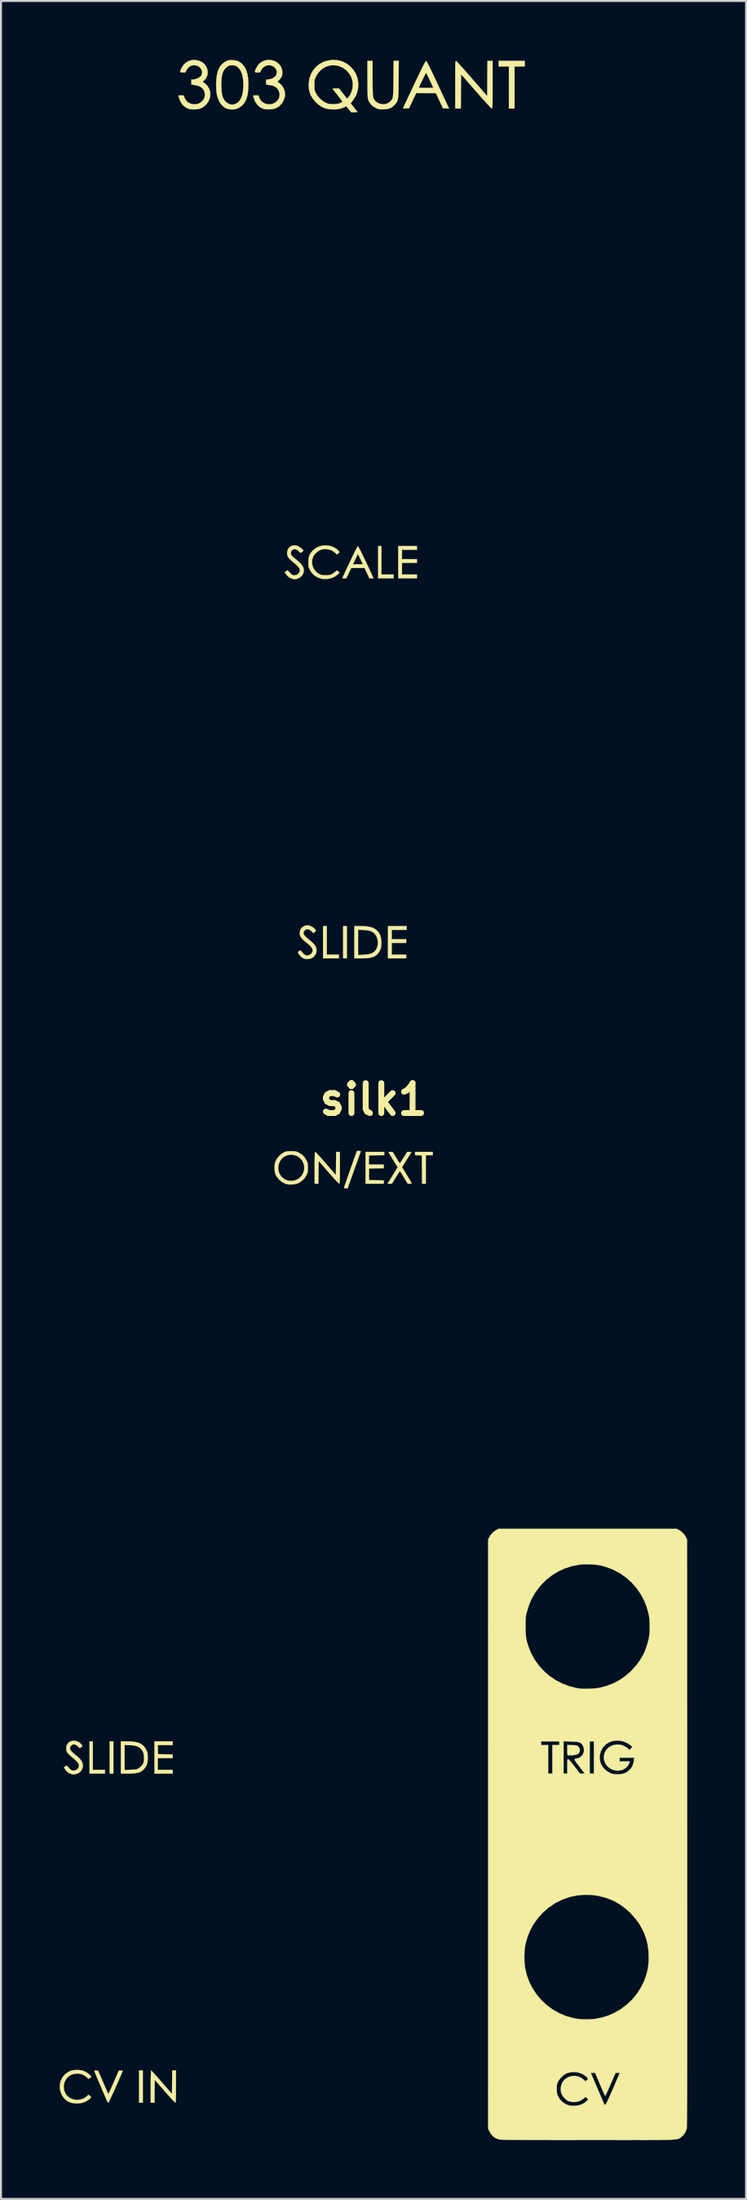
<source format=kicad_pcb>
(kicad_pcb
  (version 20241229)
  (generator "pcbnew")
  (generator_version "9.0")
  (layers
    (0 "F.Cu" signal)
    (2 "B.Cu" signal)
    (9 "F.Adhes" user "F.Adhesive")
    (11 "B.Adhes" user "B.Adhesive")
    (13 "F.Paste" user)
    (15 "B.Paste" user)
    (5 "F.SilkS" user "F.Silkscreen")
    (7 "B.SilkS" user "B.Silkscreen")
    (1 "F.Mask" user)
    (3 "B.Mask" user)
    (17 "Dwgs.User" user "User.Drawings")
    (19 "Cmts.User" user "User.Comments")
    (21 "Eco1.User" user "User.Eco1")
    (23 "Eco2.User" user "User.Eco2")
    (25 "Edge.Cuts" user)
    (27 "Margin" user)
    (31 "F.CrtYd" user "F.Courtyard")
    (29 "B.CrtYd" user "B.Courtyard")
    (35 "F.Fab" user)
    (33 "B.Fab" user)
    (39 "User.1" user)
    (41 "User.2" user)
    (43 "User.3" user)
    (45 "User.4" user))
  (footprint "silk1"
    (layer "F.Cu")
    (at 16.025 53.048)
    (property "Reference" "silk1" (at 0 0 0) (layer "F.SilkS") (effects (font (size 1.524 1.524) (thickness 0.3))))
    (attr through_hole)
    (fp_poly (pts (xy -13.284 34.391) (xy -13.475 34.391) (xy -13.475 32.746) (xy -13.284 32.746) (xy -13.284 34.391)) (stroke (width 0.01) (type solid)) (fill yes) (layer "F.SilkS"))
    (fp_poly (pts (xy -11.782 51.182) (xy -11.973 51.182) (xy -11.973 49.536) (xy -11.782 49.536) (xy -11.782 51.182)) (stroke (width 0.01) (type solid)) (fill yes) (layer "F.SilkS"))
    (fp_poly (pts (xy -1.359 -7.203) (xy -1.55 -7.203) (xy -1.55 -8.848) (xy -1.359 -8.848) (xy -1.359 -7.203)) (stroke (width 0.01) (type solid)) (fill yes) (layer "F.SilkS"))
    (fp_poly (pts (xy -14.334 34.201) (xy -13.714 34.201) (xy -13.714 34.391) (xy -14.501 34.391) (xy -14.501 32.746) (xy -14.334 32.746) (xy -14.334 34.201)) (stroke (width 0.01) (type solid)) (fill yes) (layer "F.SilkS"))
    (fp_poly (pts (xy -2.385 -7.393) (xy -1.765 -7.393) (xy -1.765 -7.203) (xy -2.576 -7.203) (xy -2.576 -8.848) (xy -2.385 -8.848) (xy -2.385 -7.393)) (stroke (width 0.01) (type solid)) (fill yes) (layer "F.SilkS"))
    (fp_poly (pts (xy 0.405 -26.783) (xy 1.026 -26.783) (xy 1.026 -26.592) (xy 0.238 -26.592) (xy 0.238 -28.238) (xy 0.405 -28.238) (xy 0.405 -26.783)) (stroke (width 0.01) (type solid)) (fill yes) (layer "F.SilkS"))
    (fp_poly (pts (xy 7.727 -52.708) (xy 7.203 -52.708) (xy 7.203 -50.562) (xy 6.916 -50.562) (xy 6.916 -52.708) (xy 6.392 -52.708) (xy 6.392 -52.994) (xy 7.727 -52.994) (xy 7.727 -52.708)) (stroke (width 0.01) (type solid)) (fill yes) (layer "F.SilkS"))
    (fp_poly (pts (xy 3.029 2.838) (xy 2.671 2.838) (xy 2.671 4.293) (xy 2.481 4.293) (xy 2.475 3.572) (xy 2.468 2.85) (xy 2.296 2.843) (xy 2.123 2.836) (xy 2.123 2.671) (xy 3.029 2.671) (xy 3.029 2.838)) (stroke (width 0.01) (type solid)) (fill yes) (layer "F.SilkS"))
    (fp_poly (pts (xy 1.693 -8.657) (xy 0.93 -8.657) (xy 0.93 -8.18) (xy 1.669 -8.18) (xy 1.669 -7.99) (xy 0.93 -7.99) (xy 0.93 -7.393) (xy 1.669 -7.393) (xy 1.669 -7.203) (xy 0.739 -7.203) (xy 0.739 -8.848) (xy 1.693 -8.848) (xy 1.693 -8.657)) (stroke (width 0.01) (type solid)) (fill yes) (layer "F.SilkS"))
    (fp_poly (pts (xy 2.218 -28.047) (xy 1.455 -28.047) (xy 1.455 -27.57) (xy 2.218 -27.57) (xy 2.218 -27.38) (xy 1.455 -27.38) (xy 1.455 -26.783) (xy 2.218 -26.783) (xy 2.218 -26.592) (xy 1.264 -26.592) (xy 1.264 -28.238) (xy 2.218 -28.238) (xy 2.218 -28.047)) (stroke (width 0.01) (type solid)) (fill yes) (layer "F.SilkS"))
    (fp_poly (pts (xy -10.255 32.937) (xy -11.02 32.937) (xy -11.007 33.402) (xy -10.631 33.408) (xy -10.255 33.415) (xy -10.255 33.604) (xy -11.019 33.604) (xy -11.019 34.201) (xy -10.255 34.201) (xy -10.255 34.391) (xy -11.186 34.391) (xy -11.186 32.746) (xy -10.255 32.746) (xy -10.255 32.937)) (stroke (width 0.01) (type solid)) (fill yes) (layer "F.SilkS"))
    (fp_poly (pts (xy 0.549 2.837) (xy 0.161 2.843) (xy -0.227 2.85) (xy -0.233 3.083) (xy -0.24 3.315) (xy 0.525 3.315) (xy 0.525 3.505) (xy 0.149 3.511) (xy -0.227 3.518) (xy -0.227 4.114) (xy 0.525 4.127) (xy 0.525 4.293) (xy -0.405 4.293) (xy -0.405 2.671) (xy 0.549 2.671) (xy 0.549 2.837)) (stroke (width 0.01) (type solid)) (fill yes) (layer "F.SilkS"))
    (fp_poly (pts (xy 10.15 32.94) (xy 10.263 32.944) (xy 10.338 32.95) (xy 10.388 32.96) (xy 10.422 32.977) (xy 10.452 33.004) (xy 10.472 33.026) (xy 10.524 33.102) (xy 10.541 33.183) (xy 10.542 33.198) (xy 10.523 33.298) (xy 10.467 33.372) (xy 10.372 33.421) (xy 10.306 33.437) (xy 10.211 33.451) (xy 10.112 33.459) (xy 10.021 33.461) (xy 9.95 33.456) (xy 9.914 33.446) (xy 9.914 33.445) (xy 9.907 33.416) (xy 9.902 33.35) (xy 9.898 33.258) (xy 9.898 33.181) (xy 9.898 32.932) (xy 10.15 32.94)) (stroke (width 0.01) (type solid)) (fill yes) (layer "F.SilkS"))
    (fp_poly (pts (xy -0.675 2.628) (xy -0.649 2.643) (xy -0.65 2.653) (xy -0.66 2.682) (xy -0.685 2.75) (xy -0.722 2.853) (xy -0.77 2.987) (xy -0.827 3.146) (xy -0.892 3.325) (xy -0.962 3.52) (xy -0.993 3.607) (xy -1.324 4.531) (xy -1.413 4.531) (xy -1.477 4.524) (xy -1.503 4.504) (xy -1.503 4.502) (xy -1.495 4.473) (xy -1.473 4.405) (xy -1.438 4.302) (xy -1.392 4.168) (xy -1.337 4.009) (xy -1.274 3.83) (xy -1.205 3.635) (xy -1.175 3.548) (xy -0.847 2.624) (xy -0.743 2.624) (xy -0.675 2.628)) (stroke (width 0.01) (type solid)) (fill yes) (layer "F.SilkS"))
    (fp_poly (pts (xy -10.088 50.359) (xy -10.089 50.584) (xy -10.09 50.766) (xy -10.092 50.909) (xy -10.094 51.017) (xy -10.098 51.094) (xy -10.104 51.144) (xy -10.111 51.172) (xy -10.119 51.181) (xy -10.121 51.182) (xy -10.144 51.164) (xy -10.194 51.115) (xy -10.267 51.038) (xy -10.359 50.937) (xy -10.467 50.818) (xy -10.586 50.683) (xy -10.663 50.596) (xy -11.174 50.01) (xy -11.186 51.182) (xy -11.376 51.182) (xy -11.376 50.359) (xy -11.376 50.163) (xy -11.374 49.985) (xy -11.371 49.83) (xy -11.368 49.702) (xy -11.364 49.607) (xy -11.359 49.55) (xy -11.355 49.536) (xy -11.335 49.553) (xy -11.288 49.603) (xy -11.217 49.68) (xy -11.126 49.78) (xy -11.02 49.9) (xy -10.901 50.036) (xy -10.813 50.137) (xy -10.291 50.738) (xy -10.278 49.536) (xy -10.088 49.536) (xy -10.088 50.359)) (stroke (width 0.01) (type solid)) (fill yes) (layer "F.SilkS"))
    (fp_poly (pts (xy -1.717 3.482) (xy -1.717 3.703) (xy -1.718 3.88) (xy -1.72 4.019) (xy -1.722 4.124) (xy -1.726 4.199) (xy -1.731 4.249) (xy -1.738 4.278) (xy -1.746 4.291) (xy -1.753 4.293) (xy -1.776 4.276) (xy -1.827 4.226) (xy -1.901 4.149) (xy -1.994 4.049) (xy -2.102 3.93) (xy -2.222 3.795) (xy -2.295 3.712) (xy -2.802 3.13) (xy -2.815 4.293) (xy -3.005 4.293) (xy -3.005 3.482) (xy -3.005 3.254) (xy -3.004 3.071) (xy -3.001 2.927) (xy -2.998 2.819) (xy -2.994 2.744) (xy -2.988 2.697) (xy -2.98 2.675) (xy -2.975 2.672) (xy -2.953 2.69) (xy -2.904 2.739) (xy -2.831 2.817) (xy -2.739 2.918) (xy -2.632 3.038) (xy -2.513 3.173) (xy -2.433 3.266) (xy -1.92 3.858) (xy -1.907 2.671) (xy -1.717 2.671) (xy -1.717 3.482)) (stroke (width 0.01) (type solid)) (fill yes) (layer "F.SilkS"))
    (fp_poly (pts (xy -0.698 -8.848) (xy -0.469 -8.842) (xy -0.281 -8.825) (xy -0.126 -8.793) (xy 0.002 -8.746) (xy 0.109 -8.682) (xy 0.184 -8.616) (xy 0.278 -8.506) (xy 0.342 -8.389) (xy 0.382 -8.252) (xy 0.4 -8.084) (xy 0.401 -8.058) (xy 0.4 -7.88) (xy 0.378 -7.735) (xy 0.333 -7.609) (xy 0.261 -7.491) (xy 0.183 -7.399) (xy 0.092 -7.327) (xy -0.017 -7.274) (xy -0.151 -7.237) (xy -0.316 -7.214) (xy -0.518 -7.204) (xy -0.626 -7.203) (xy -0.978 -7.203) (xy -0.978 -7.37) (xy -0.787 -7.37) (xy -0.733 -7.371) (xy -0.688 -7.373) (xy -0.607 -7.378) (xy -0.505 -7.386) (xy -0.429 -7.391) (xy -0.266 -7.41) (xy -0.14 -7.438) (xy -0.041 -7.482) (xy 0.042 -7.543) (xy 0.076 -7.576) (xy 0.158 -7.695) (xy 0.208 -7.839) (xy 0.226 -7.997) (xy 0.209 -8.158) (xy 0.157 -8.309) (xy 0.086 -8.427) (xy -0.000322 -8.516) (xy -0.11 -8.579) (xy -0.249 -8.622) (xy -0.424 -8.646) (xy -0.519 -8.652) (xy -0.787 -8.664) (xy -0.787 -7.37) (xy -0.978 -7.37) (xy -0.978 -8.848) (xy -0.698 -8.848)) (stroke (width 0.01) (type solid)) (fill yes) (layer "F.SilkS"))
    (fp_poly (pts (xy 6.082 -51.776) (xy 6.082 -51.504) (xy 6.081 -51.276) (xy 6.081 -51.088) (xy 6.08 -50.936) (xy 6.078 -50.816) (xy 6.076 -50.725) (xy 6.072 -50.659) (xy 6.068 -50.614) (xy 6.062 -50.586) (xy 6.055 -50.571) (xy 6.047 -50.565) (xy 6.037 -50.566) (xy 6.035 -50.566) (xy 6.011 -50.585) (xy 5.958 -50.637) (xy 5.881 -50.718) (xy 5.781 -50.825) (xy 5.664 -50.955) (xy 5.53 -51.103) (xy 5.385 -51.268) (xy 5.231 -51.443) (xy 4.472 -52.313) (xy 4.466 -51.437) (xy 4.459 -50.562) (xy 4.174 -50.562) (xy 4.174 -51.78) (xy 4.174 -52.052) (xy 4.174 -52.281) (xy 4.175 -52.47) (xy 4.176 -52.622) (xy 4.178 -52.742) (xy 4.181 -52.833) (xy 4.184 -52.899) (xy 4.189 -52.944) (xy 4.194 -52.972) (xy 4.201 -52.986) (xy 4.21 -52.99) (xy 4.215 -52.99) (xy 4.238 -52.971) (xy 4.289 -52.919) (xy 4.365 -52.838) (xy 4.463 -52.731) (xy 4.579 -52.602) (xy 4.71 -52.455) (xy 4.854 -52.292) (xy 5.007 -52.117) (xy 5.031 -52.089) (xy 5.807 -51.195) (xy 5.82 -52.994) (xy 6.082 -52.994) (xy 6.082 -51.776)) (stroke (width 0.01) (type solid)) (fill yes) (layer "F.SilkS"))
    (fp_poly (pts (xy -12.814 49.546) (xy -12.814 49.569) (xy -12.817 49.576) (xy -12.847 49.654) (xy -12.891 49.761) (xy -12.947 49.891) (xy -13.01 50.038) (xy -13.08 50.197) (xy -13.153 50.361) (xy -13.227 50.524) (xy -13.299 50.682) (xy -13.366 50.828) (xy -13.426 50.956) (xy -13.476 51.061) (xy -13.514 51.136) (xy -13.537 51.176) (xy -13.542 51.182) (xy -13.571 51.162) (xy -13.602 51.113) (xy -13.606 51.104) (xy -13.623 51.064) (xy -13.656 50.986) (xy -13.703 50.875) (xy -13.762 50.738) (xy -13.829 50.581) (xy -13.903 50.41) (xy -13.95 50.3) (xy -14.025 50.125) (xy -14.093 49.965) (xy -14.153 49.823) (xy -14.202 49.706) (xy -14.237 49.618) (xy -14.258 49.566) (xy -14.262 49.553) (xy -14.241 49.542) (xy -14.188 49.539) (xy -14.164 49.541) (xy -14.065 49.548) (xy -13.81 50.138) (xy -13.742 50.294) (xy -13.68 50.436) (xy -13.627 50.557) (xy -13.585 50.652) (xy -13.556 50.715) (xy -13.544 50.739) (xy -13.544 50.739) (xy -13.532 50.722) (xy -13.503 50.665) (xy -13.461 50.576) (xy -13.408 50.459) (xy -13.346 50.321) (xy -13.277 50.166) (xy -13.27 50.149) (xy -13.009 49.548) (xy -12.905 49.54) (xy -12.841 49.538) (xy -12.814 49.546)) (stroke (width 0.01) (type solid)) (fill yes) (layer "F.SilkS"))
    (fp_poly (pts (xy -12.622 32.746) (xy -12.377 32.753) (xy -12.173 32.777) (xy -12.004 32.819) (xy -11.866 32.881) (xy -11.754 32.967) (xy -11.662 33.077) (xy -11.594 33.199) (xy -11.565 33.266) (xy -11.546 33.327) (xy -11.536 33.398) (xy -11.532 33.493) (xy -11.531 33.58) (xy -11.533 33.7) (xy -11.539 33.786) (xy -11.551 33.854) (xy -11.573 33.917) (xy -11.594 33.964) (xy -11.644 34.054) (xy -11.703 34.139) (xy -11.739 34.18) (xy -11.82 34.25) (xy -11.91 34.304) (xy -12.015 34.343) (xy -12.143 34.369) (xy -12.302 34.385) (xy -12.499 34.391) (xy -12.572 34.391) (xy -12.903 34.391) (xy -12.903 34.206) (xy -12.712 34.206) (xy -12.405 34.197) (xy -12.277 34.192) (xy -12.185 34.186) (xy -12.12 34.177) (xy -12.07 34.163) (xy -12.024 34.141) (xy -11.982 34.116) (xy -11.873 34.026) (xy -11.794 33.928) (xy -11.759 33.867) (xy -11.738 33.814) (xy -11.727 33.753) (xy -11.723 33.67) (xy -11.722 33.594) (xy -11.729 33.445) (xy -11.752 33.329) (xy -11.795 33.234) (xy -11.864 33.145) (xy -11.886 33.122) (xy -11.97 33.052) (xy -12.064 33.001) (xy -12.179 32.968) (xy -12.325 32.948) (xy -12.444 32.941) (xy -12.712 32.931) (xy -12.712 34.206) (xy -12.903 34.206) (xy -12.903 32.746) (xy -12.622 32.746)) (stroke (width 0.01) (type solid)) (fill yes) (layer "F.SilkS"))
    (fp_poly (pts (xy -0.776 -28.211) (xy -0.743 -28.151) (xy -0.696 -28.06) (xy -0.637 -27.943) (xy -0.568 -27.805) (xy -0.494 -27.652) (xy -0.416 -27.49) (xy -0.337 -27.325) (xy -0.26 -27.162) (xy -0.187 -27.007) (xy -0.122 -26.866) (xy -0.068 -26.744) (xy -0.035 -26.67) (xy -0.002 -26.592) (xy -0.208 -26.592) (xy -0.331 -26.855) (xy -0.454 -27.117) (xy -1.136 -27.117) (xy -1.263 -26.855) (xy -1.39 -26.592) (xy -1.495 -26.592) (xy -1.559 -26.595) (xy -1.584 -26.605) (xy -1.582 -26.628) (xy -1.579 -26.634) (xy -1.564 -26.665) (xy -1.532 -26.734) (xy -1.484 -26.835) (xy -1.423 -26.964) (xy -1.352 -27.116) (xy -1.272 -27.285) (xy -1.261 -27.308) (xy -1.047 -27.308) (xy -0.798 -27.308) (xy -0.695 -27.309) (xy -0.613 -27.311) (xy -0.561 -27.314) (xy -0.549 -27.317) (xy -0.558 -27.343) (xy -0.584 -27.4) (xy -0.621 -27.478) (xy -0.664 -27.567) (xy -0.708 -27.655) (xy -0.748 -27.735) (xy -0.78 -27.795) (xy -0.798 -27.826) (xy -0.8 -27.827) (xy -0.813 -27.804) (xy -0.841 -27.746) (xy -0.881 -27.662) (xy -0.928 -27.564) (xy -1.047 -27.308) (xy -1.261 -27.308) (xy -1.191 -27.458) (xy -1.083 -27.684) (xy -0.991 -27.874) (xy -0.916 -28.024) (xy -0.857 -28.135) (xy -0.816 -28.205) (xy -0.794 -28.232) (xy -0.791 -28.233) (xy -0.776 -28.211)) (stroke (width 0.01) (type solid)) (fill yes) (layer "F.SilkS"))
    (fp_poly (pts (xy -14.915 49.53) (xy -14.855 49.544) (xy -14.735 49.593) (xy -14.613 49.664) (xy -14.507 49.746) (xy -14.456 49.801) (xy -14.408 49.863) (xy -14.479 49.916) (xy -14.551 49.969) (xy -14.648 49.881) (xy -14.788 49.778) (xy -14.938 49.717) (xy -15.109 49.695) (xy -15.133 49.695) (xy -15.316 49.716) (xy -15.477 49.778) (xy -15.613 49.874) (xy -15.718 50.001) (xy -15.789 50.156) (xy -15.82 50.332) (xy -15.821 50.372) (xy -15.801 50.548) (xy -15.739 50.704) (xy -15.642 50.835) (xy -15.514 50.938) (xy -15.358 51.006) (xy -15.18 51.037) (xy -15.133 51.038) (xy -14.949 51.019) (xy -14.79 50.961) (xy -14.66 50.87) (xy -14.554 50.777) (xy -14.491 50.826) (xy -14.449 50.866) (xy -14.429 50.898) (xy -14.429 50.899) (xy -14.449 50.939) (xy -14.502 50.992) (xy -14.578 51.05) (xy -14.667 51.106) (xy -14.73 51.139) (xy -14.887 51.192) (xy -15.065 51.219) (xy -15.245 51.22) (xy -15.402 51.194) (xy -15.51 51.16) (xy -15.592 51.123) (xy -15.671 51.072) (xy -15.721 51.035) (xy -15.836 50.916) (xy -15.927 50.766) (xy -15.99 50.594) (xy -16.02 50.412) (xy -16.019 50.279) (xy -15.978 50.081) (xy -15.895 49.905) (xy -15.773 49.754) (xy -15.613 49.631) (xy -15.568 49.606) (xy -15.488 49.566) (xy -15.417 49.541) (xy -15.34 49.526) (xy -15.237 49.518) (xy -15.202 49.516) (xy -15.042 49.516) (xy -14.915 49.53)) (stroke (width 0.01) (type solid)) (fill yes) (layer "F.SilkS"))
    (fp_poly (pts (xy -0.048 -52.137) (xy -0.047 -51.892) (xy -0.045 -51.675) (xy -0.041 -51.49) (xy -0.036 -51.341) (xy -0.03 -51.231) (xy -0.023 -51.164) (xy -0.022 -51.158) (xy 0.027 -51.025) (xy 0.112 -50.92) (xy 0.238 -50.838) (xy 0.249 -50.833) (xy 0.403 -50.784) (xy 0.556 -50.778) (xy 0.699 -50.815) (xy 0.826 -50.893) (xy 0.857 -50.921) (xy 0.894 -50.959) (xy 0.925 -50.995) (xy 0.951 -51.034) (xy 0.97 -51.08) (xy 0.986 -51.138) (xy 0.997 -51.213) (xy 1.005 -51.311) (xy 1.011 -51.435) (xy 1.015 -51.591) (xy 1.018 -51.784) (xy 1.02 -52.019) (xy 1.02 -52.082) (xy 1.029 -52.994) (xy 1.291 -52.994) (xy 1.282 -52.046) (xy 1.28 -51.791) (xy 1.277 -51.579) (xy 1.273 -51.404) (xy 1.267 -51.263) (xy 1.259 -51.15) (xy 1.247 -51.06) (xy 1.231 -50.988) (xy 1.211 -50.93) (xy 1.184 -50.88) (xy 1.152 -50.835) (xy 1.112 -50.788) (xy 1.086 -50.758) (xy 0.979 -50.655) (xy 0.869 -50.585) (xy 0.742 -50.543) (xy 0.588 -50.523) (xy 0.525 -50.52) (xy 0.4 -50.519) (xy 0.308 -50.526) (xy 0.232 -50.543) (xy 0.182 -50.56) (xy 0.007 -50.652) (xy -0.131 -50.77) (xy -0.23 -50.912) (xy -0.284 -51.062) (xy -0.29 -51.114) (xy -0.296 -51.209) (xy -0.301 -51.343) (xy -0.305 -51.51) (xy -0.307 -51.707) (xy -0.309 -51.928) (xy -0.309 -52.082) (xy -0.31 -52.994) (xy -0.048 -52.994) (xy -0.048 -52.137)) (stroke (width 0.01) (type solid)) (fill yes) (layer "F.SilkS"))
    (fp_poly (pts (xy 1.147 2.951) (xy 1.211 3.055) (xy 1.266 3.144) (xy 1.309 3.211) (xy 1.332 3.247) (xy 1.335 3.25) (xy 1.353 3.238) (xy 1.39 3.191) (xy 1.442 3.116) (xy 1.505 3.021) (xy 1.536 2.97) (xy 1.722 2.671) (xy 1.827 2.671) (xy 1.89 2.673) (xy 1.927 2.679) (xy 1.932 2.683) (xy 1.92 2.707) (xy 1.889 2.76) (xy 1.852 2.82) (xy 1.807 2.891) (xy 1.745 2.99) (xy 1.676 3.102) (xy 1.615 3.2) (xy 1.458 3.454) (xy 1.698 3.844) (xy 1.773 3.967) (xy 1.84 4.077) (xy 1.895 4.168) (xy 1.932 4.232) (xy 1.949 4.263) (xy 1.949 4.263) (xy 1.941 4.283) (xy 1.892 4.292) (xy 1.854 4.293) (xy 1.748 4.293) (xy 1.552 3.971) (xy 1.485 3.862) (xy 1.427 3.768) (xy 1.382 3.697) (xy 1.354 3.656) (xy 1.348 3.649) (xy 1.333 3.668) (xy 1.298 3.721) (xy 1.247 3.801) (xy 1.184 3.901) (xy 1.141 3.971) (xy 0.942 4.292) (xy 0.828 4.293) (xy 0.715 4.293) (xy 0.809 4.144) (xy 0.859 4.064) (xy 0.925 3.957) (xy 0.999 3.839) (xy 1.069 3.725) (xy 1.235 3.455) (xy 0.999 3.073) (xy 0.925 2.953) (xy 0.861 2.847) (xy 0.81 2.762) (xy 0.776 2.705) (xy 0.763 2.681) (xy 0.763 2.681) (xy 0.785 2.675) (xy 0.838 2.672) (xy 0.869 2.671) (xy 0.975 2.671) (xy 1.147 2.951)) (stroke (width 0.01) (type solid)) (fill yes) (layer "F.SilkS"))
    (fp_poly (pts (xy -2.228 -28.25) (xy -2.047 -28.188) (xy -1.884 -28.088) (xy -1.827 -28.04) (xy -1.777 -27.988) (xy -1.746 -27.946) (xy -1.741 -27.933) (xy -1.758 -27.902) (xy -1.8 -27.861) (xy -1.805 -27.857) (xy -1.869 -27.807) (xy -1.954 -27.89) (xy -2.089 -27.994) (xy -2.243 -28.057) (xy -2.42 -28.081) (xy -2.457 -28.081) (xy -2.567 -28.077) (xy -2.65 -28.062) (xy -2.728 -28.032) (xy -2.756 -28.018) (xy -2.867 -27.945) (xy -2.971 -27.85) (xy -3.053 -27.746) (xy -3.09 -27.679) (xy -3.135 -27.511) (xy -3.137 -27.341) (xy -3.098 -27.178) (xy -3.019 -27.029) (xy -2.904 -26.901) (xy -2.79 -26.822) (xy -2.722 -26.785) (xy -2.663 -26.763) (xy -2.598 -26.752) (xy -2.511 -26.748) (xy -2.445 -26.748) (xy -2.314 -26.752) (xy -2.214 -26.768) (xy -2.126 -26.803) (xy -2.035 -26.862) (xy -1.963 -26.918) (xy -1.864 -26.998) (xy -1.796 -26.938) (xy -1.729 -26.878) (xy -1.843 -26.773) (xy -1.987 -26.67) (xy -2.16 -26.598) (xy -2.351 -26.56) (xy -2.551 -26.558) (xy -2.642 -26.57) (xy -2.831 -26.627) (xy -2.999 -26.724) (xy -3.142 -26.859) (xy -3.252 -27.026) (xy -3.26 -27.042) (xy -3.291 -27.111) (xy -3.311 -27.174) (xy -3.321 -27.244) (xy -3.325 -27.338) (xy -3.326 -27.415) (xy -3.32 -27.576) (xy -3.297 -27.704) (xy -3.252 -27.814) (xy -3.18 -27.919) (xy -3.111 -27.999) (xy -2.964 -28.123) (xy -2.794 -28.21) (xy -2.609 -28.261) (xy -2.418 -28.274) (xy -2.228 -28.25)) (stroke (width 0.01) (type solid)) (fill yes) (layer "F.SilkS"))
    (fp_poly (pts (xy -15.129 32.747) (xy -15.011 32.812) (xy -14.913 32.908) (xy -14.91 32.912) (xy -14.876 32.962) (xy -14.869 32.991) (xy -14.887 33.014) (xy -14.898 33.022) (xy -14.962 33.069) (xy -15.005 33.084) (xy -15.038 33.069) (xy -15.072 33.029) (xy -15.138 32.964) (xy -15.219 32.918) (xy -15.3 32.898) (xy -15.343 32.902) (xy -15.43 32.949) (xy -15.486 33.023) (xy -15.502 33.099) (xy -15.495 33.153) (xy -15.469 33.204) (xy -15.416 33.265) (xy -15.389 33.292) (xy -15.309 33.365) (xy -15.213 33.447) (xy -15.129 33.514) (xy -14.992 33.638) (xy -14.898 33.769) (xy -14.848 33.905) (xy -14.844 34.041) (xy -14.877 34.158) (xy -14.954 34.277) (xy -15.066 34.365) (xy -15.193 34.413) (xy -15.267 34.429) (xy -15.317 34.434) (xy -15.365 34.429) (xy -15.422 34.416) (xy -15.553 34.363) (xy -15.67 34.272) (xy -15.744 34.18) (xy -15.812 34.072) (xy -15.74 34.026) (xy -15.667 33.98) (xy -15.555 34.104) (xy -15.486 34.175) (xy -15.431 34.215) (xy -15.375 34.235) (xy -15.347 34.239) (xy -15.238 34.23) (xy -15.143 34.18) (xy -15.072 34.095) (xy -15.059 34.067) (xy -15.041 33.994) (xy -15.051 33.92) (xy -15.093 33.841) (xy -15.169 33.751) (xy -15.283 33.646) (xy -15.355 33.587) (xy -15.479 33.483) (xy -15.569 33.399) (xy -15.63 33.327) (xy -15.668 33.261) (xy -15.687 33.192) (xy -15.693 33.113) (xy -15.693 33.103) (xy -15.675 32.966) (xy -15.618 32.857) (xy -15.521 32.771) (xy -15.503 32.76) (xy -15.387 32.718) (xy -15.259 32.715) (xy -15.129 32.747)) (stroke (width 0.01) (type solid)) (fill yes) (layer "F.SilkS"))
    (fp_poly (pts (xy -3.909 -28.261) (xy -3.854 -28.237) (xy -3.785 -28.194) (xy -3.711 -28.14) (xy -3.645 -28.084) (xy -3.596 -28.036) (xy -3.578 -28.003) (xy -3.578 -28.002) (xy -3.596 -27.981) (xy -3.64 -27.945) (xy -3.652 -27.936) (xy -3.725 -27.885) (xy -3.815 -27.975) (xy -3.913 -28.051) (xy -4.009 -28.082) (xy -4.091 -28.071) (xy -4.173 -28.02) (xy -4.214 -27.943) (xy -4.221 -27.881) (xy -4.217 -27.832) (xy -4.201 -27.786) (xy -4.168 -27.738) (xy -4.112 -27.681) (xy -4.029 -27.61) (xy -3.914 -27.519) (xy -3.885 -27.496) (xy -3.734 -27.364) (xy -3.63 -27.236) (xy -3.571 -27.109) (xy -3.556 -26.981) (xy -3.585 -26.85) (xy -3.599 -26.816) (xy -3.675 -26.705) (xy -3.784 -26.619) (xy -3.899 -26.571) (xy -3.98 -26.552) (xy -4.044 -26.55) (xy -4.118 -26.562) (xy -4.138 -26.567) (xy -4.279 -26.622) (xy -4.395 -26.715) (xy -4.448 -26.778) (xy -4.492 -26.841) (xy -4.522 -26.887) (xy -4.531 -26.903) (xy -4.513 -26.923) (xy -4.468 -26.954) (xy -4.458 -26.959) (xy -4.385 -27.003) (xy -4.273 -26.879) (xy -4.205 -26.809) (xy -4.149 -26.768) (xy -4.094 -26.749) (xy -4.066 -26.744) (xy -3.957 -26.754) (xy -3.862 -26.804) (xy -3.791 -26.888) (xy -3.779 -26.914) (xy -3.76 -26.979) (xy -3.761 -27.041) (xy -3.787 -27.105) (xy -3.84 -27.178) (xy -3.925 -27.264) (xy -4.044 -27.369) (xy -4.101 -27.417) (xy -4.219 -27.518) (xy -4.304 -27.6) (xy -4.36 -27.672) (xy -4.394 -27.74) (xy -4.409 -27.813) (xy -4.412 -27.88) (xy -4.391 -28.017) (xy -4.333 -28.13) (xy -4.244 -28.214) (xy -4.131 -28.265) (xy -4.001 -28.277) (xy -3.909 -28.261)) (stroke (width 0.01) (type solid)) (fill yes) (layer "F.SilkS"))
    (fp_poly (pts (xy -3.266 -8.871) (xy -3.145 -8.821) (xy -3.036 -8.738) (xy -2.982 -8.68) (xy -2.945 -8.635) (xy -2.934 -8.615) (xy -2.951 -8.589) (xy -2.994 -8.551) (xy -3.003 -8.543) (xy -3.073 -8.492) (xy -3.167 -8.587) (xy -3.241 -8.65) (xy -3.312 -8.68) (xy -3.399 -8.684) (xy -3.422 -8.683) (xy -3.483 -8.657) (xy -3.537 -8.599) (xy -3.572 -8.527) (xy -3.577 -8.486) (xy -3.565 -8.433) (xy -3.526 -8.37) (xy -3.456 -8.295) (xy -3.353 -8.203) (xy -3.22 -8.097) (xy -3.073 -7.966) (xy -2.973 -7.838) (xy -2.919 -7.712) (xy -2.91 -7.631) (xy -2.915 -7.546) (xy -2.929 -7.47) (xy -2.935 -7.449) (xy -2.984 -7.364) (xy -3.058 -7.281) (xy -3.141 -7.219) (xy -3.148 -7.215) (xy -3.235 -7.185) (xy -3.343 -7.169) (xy -3.447 -7.169) (xy -3.494 -7.176) (xy -3.579 -7.205) (xy -3.651 -7.247) (xy -3.724 -7.315) (xy -3.766 -7.361) (xy -3.828 -7.435) (xy -3.856 -7.487) (xy -3.854 -7.525) (xy -3.822 -7.558) (xy -3.805 -7.57) (xy -3.753 -7.599) (xy -3.718 -7.6) (xy -3.684 -7.568) (xy -3.654 -7.524) (xy -3.585 -7.443) (xy -3.501 -7.381) (xy -3.417 -7.349) (xy -3.39 -7.346) (xy -3.293 -7.365) (xy -3.207 -7.415) (xy -3.143 -7.488) (xy -3.109 -7.572) (xy -3.11 -7.636) (xy -3.13 -7.701) (xy -3.169 -7.767) (xy -3.231 -7.838) (xy -3.323 -7.923) (xy -3.448 -8.026) (xy -3.577 -8.135) (xy -3.668 -8.23) (xy -3.728 -8.317) (xy -3.759 -8.404) (xy -3.768 -8.496) (xy -3.748 -8.626) (xy -3.693 -8.733) (xy -3.61 -8.813) (xy -3.506 -8.864) (xy -3.389 -8.884) (xy -3.266 -8.871)) (stroke (width 0.01) (type solid)) (fill yes) (layer "F.SilkS"))
    (fp_poly (pts (xy -4.092 2.637) (xy -4.007 2.644) (xy -3.939 2.658) (xy -3.873 2.682) (xy -3.837 2.698) (xy -3.666 2.801) (xy -3.531 2.934) (xy -3.429 3.097) (xy -3.391 3.176) (xy -3.368 3.242) (xy -3.356 3.311) (xy -3.352 3.399) (xy -3.351 3.482) (xy -3.353 3.597) (xy -3.36 3.682) (xy -3.376 3.751) (xy -3.404 3.821) (xy -3.415 3.844) (xy -3.51 3.998) (xy -3.638 4.134) (xy -3.788 4.24) (xy -3.835 4.264) (xy -3.965 4.307) (xy -4.117 4.332) (xy -4.272 4.337) (xy -4.413 4.322) (xy -4.482 4.303) (xy -4.667 4.211) (xy -4.827 4.081) (xy -4.954 3.918) (xy -4.988 3.859) (xy -5.027 3.748) (xy -5.05 3.609) (xy -5.054 3.51) (xy -4.867 3.51) (xy -4.843 3.675) (xy -4.78 3.826) (xy -4.681 3.958) (xy -4.548 4.063) (xy -4.503 4.088) (xy -4.353 4.138) (xy -4.188 4.152) (xy -4.025 4.13) (xy -3.923 4.094) (xy -3.778 4.002) (xy -3.665 3.881) (xy -3.585 3.74) (xy -3.542 3.586) (xy -3.536 3.426) (xy -3.568 3.267) (xy -3.642 3.118) (xy -3.697 3.046) (xy -3.831 2.925) (xy -3.982 2.849) (xy -4.149 2.817) (xy -4.196 2.816) (xy -4.381 2.837) (xy -4.537 2.897) (xy -4.666 2.995) (xy -4.769 3.133) (xy -4.791 3.173) (xy -4.85 3.341) (xy -4.867 3.51) (xy -5.054 3.51) (xy -5.055 3.457) (xy -5.044 3.308) (xy -5.014 3.179) (xy -5.009 3.166) (xy -4.933 3.02) (xy -4.821 2.883) (xy -4.687 2.766) (xy -4.587 2.706) (xy -4.518 2.673) (xy -4.457 2.652) (xy -4.391 2.641) (xy -4.304 2.636) (xy -4.209 2.635) (xy -4.092 2.637)) (stroke (width 0.01) (type solid)) (fill yes) (layer "F.SilkS"))
    (fp_poly (pts (xy 2.699 -52.973) (xy 2.721 -52.944) (xy 2.752 -52.892) (xy 2.793 -52.815) (xy 2.847 -52.709) (xy 2.914 -52.573) (xy 2.996 -52.403) (xy 3.094 -52.197) (xy 3.209 -51.952) (xy 3.294 -51.771) (xy 3.86 -50.559) (xy 3.705 -50.566) (xy 3.549 -50.573) (xy 3.184 -51.347) (xy 2.682 -51.348) (xy 2.18 -51.349) (xy 1.997 -50.961) (xy 1.814 -50.573) (xy 1.659 -50.566) (xy 1.575 -50.564) (xy 1.53 -50.568) (xy 1.515 -50.581) (xy 1.517 -50.595) (xy 1.53 -50.623) (xy 1.561 -50.69) (xy 1.608 -50.792) (xy 1.67 -50.924) (xy 1.745 -51.084) (xy 1.831 -51.266) (xy 1.926 -51.467) (xy 2.008 -51.641) (xy 2.32 -51.641) (xy 2.326 -51.629) (xy 2.358 -51.621) (xy 2.421 -51.615) (xy 2.521 -51.612) (xy 2.663 -51.611) (xy 2.681 -51.611) (xy 2.808 -51.611) (xy 2.916 -51.613) (xy 2.998 -51.615) (xy 3.045 -51.618) (xy 3.053 -51.62) (xy 3.043 -51.644) (xy 3.017 -51.703) (xy 2.978 -51.787) (xy 2.93 -51.889) (xy 2.878 -52) (xy 2.825 -52.111) (xy 2.776 -52.214) (xy 2.734 -52.3) (xy 2.704 -52.36) (xy 2.69 -52.387) (xy 2.689 -52.388) (xy 2.677 -52.37) (xy 2.648 -52.318) (xy 2.608 -52.239) (xy 2.558 -52.141) (xy 2.505 -52.032) (xy 2.451 -51.922) (xy 2.401 -51.817) (xy 2.358 -51.727) (xy 2.328 -51.659) (xy 2.32 -51.641) (xy 2.008 -51.641) (xy 2.028 -51.683) (xy 2.086 -51.807) (xy 2.213 -52.074) (xy 2.322 -52.301) (xy 2.413 -52.49) (xy 2.488 -52.644) (xy 2.55 -52.766) (xy 2.598 -52.857) (xy 2.635 -52.922) (xy 2.661 -52.962) (xy 2.679 -52.98) (xy 2.685 -52.982) (xy 2.699 -52.973)) (stroke (width 0.01) (type solid)) (fill yes) (layer "F.SilkS"))
    (fp_poly (pts (xy -8.918 -53.001) (xy -8.763 -52.931) (xy -8.636 -52.829) (xy -8.541 -52.701) (xy -8.483 -52.551) (xy -8.467 -52.411) (xy -8.487 -52.251) (xy -8.547 -52.112) (xy -8.644 -52) (xy -8.648 -51.997) (xy -8.729 -51.93) (xy -8.621 -51.854) (xy -8.501 -51.742) (xy -8.407 -51.599) (xy -8.347 -51.439) (xy -8.345 -51.43) (xy -8.331 -51.262) (xy -8.359 -51.094) (xy -8.425 -50.933) (xy -8.524 -50.788) (xy -8.651 -50.667) (xy -8.803 -50.577) (xy -8.838 -50.563) (xy -8.951 -50.534) (xy -9.087 -50.518) (xy -9.229 -50.516) (xy -9.359 -50.527) (xy -9.448 -50.549) (xy -9.616 -50.634) (xy -9.753 -50.754) (xy -9.858 -50.91) (xy -9.931 -51.102) (xy -9.935 -51.116) (xy -9.965 -51.229) (xy -9.692 -51.229) (xy -9.651 -51.114) (xy -9.579 -50.98) (xy -9.476 -50.877) (xy -9.346 -50.809) (xy -9.197 -50.777) (xy -9.034 -50.785) (xy -8.961 -50.801) (xy -8.853 -50.852) (xy -8.751 -50.937) (xy -8.669 -51.043) (xy -8.653 -51.07) (xy -8.616 -51.192) (xy -8.614 -51.327) (xy -8.648 -51.457) (xy -8.689 -51.533) (xy -8.774 -51.627) (xy -8.886 -51.695) (xy -9.031 -51.741) (xy -9.12 -51.758) (xy -9.301 -51.786) (xy -9.301 -52.034) (xy -9.169 -52.047) (xy -9.046 -52.074) (xy -8.933 -52.124) (xy -8.841 -52.189) (xy -8.789 -52.255) (xy -8.753 -52.368) (xy -8.759 -52.477) (xy -8.8 -52.578) (xy -8.871 -52.663) (xy -8.965 -52.727) (xy -9.076 -52.765) (xy -9.198 -52.772) (xy -9.316 -52.744) (xy -9.411 -52.688) (xy -9.498 -52.602) (xy -9.56 -52.504) (xy -9.579 -52.453) (xy -9.592 -52.422) (xy -9.618 -52.405) (xy -9.669 -52.399) (xy -9.733 -52.398) (xy -9.811 -52.401) (xy -9.857 -52.414) (xy -9.872 -52.445) (xy -9.86 -52.501) (xy -9.822 -52.59) (xy -9.806 -52.625) (xy -9.706 -52.785) (xy -9.577 -52.908) (xy -9.424 -52.992) (xy -9.25 -53.034) (xy -9.096 -53.036) (xy -8.918 -53.001)) (stroke (width 0.01) (type solid)) (fill yes) (layer "F.SilkS"))
    (fp_poly (pts (xy -7.055 -53.017) (xy -6.912 -52.976) (xy -6.786 -52.901) (xy -6.698 -52.824) (xy -6.59 -52.691) (xy -6.506 -52.534) (xy -6.446 -52.348) (xy -6.407 -52.127) (xy -6.39 -51.87) (xy -6.389 -51.754) (xy -6.401 -51.475) (xy -6.436 -51.236) (xy -6.496 -51.034) (xy -6.581 -50.866) (xy -6.693 -50.729) (xy -6.833 -50.622) (xy -6.898 -50.586) (xy -6.99 -50.545) (xy -7.069 -50.523) (xy -7.159 -50.516) (xy -7.212 -50.516) (xy -7.307 -50.519) (xy -7.389 -50.527) (xy -7.441 -50.536) (xy -7.597 -50.608) (xy -7.734 -50.72) (xy -7.848 -50.869) (xy -7.936 -51.051) (xy -7.996 -51.26) (xy -8.002 -51.291) (xy -8.016 -51.393) (xy -8.027 -51.525) (xy -8.034 -51.668) (xy -8.036 -51.778) (xy -8.036 -51.778) (xy -7.77 -51.778) (xy -7.768 -51.682) (xy -7.76 -51.5) (xy -7.747 -51.355) (xy -7.727 -51.239) (xy -7.697 -51.142) (xy -7.655 -51.054) (xy -7.606 -50.975) (xy -7.519 -50.882) (xy -7.41 -50.81) (xy -7.292 -50.767) (xy -7.186 -50.76) (xy -7.104 -50.779) (xy -7.013 -50.815) (xy -6.977 -50.834) (xy -6.865 -50.927) (xy -6.775 -51.062) (xy -6.708 -51.236) (xy -6.665 -51.448) (xy -6.647 -51.698) (xy -6.646 -51.79) (xy -6.66 -52.053) (xy -6.702 -52.276) (xy -6.769 -52.461) (xy -6.864 -52.606) (xy -6.963 -52.696) (xy -7.029 -52.738) (xy -7.091 -52.759) (xy -7.169 -52.767) (xy -7.215 -52.768) (xy -7.307 -52.764) (xy -7.374 -52.749) (xy -7.437 -52.717) (xy -7.468 -52.695) (xy -7.569 -52.608) (xy -7.648 -52.501) (xy -7.706 -52.369) (xy -7.744 -52.208) (xy -7.766 -52.013) (xy -7.77 -51.778) (xy -8.036 -51.778) (xy -8.026 -52.057) (xy -7.994 -52.295) (xy -7.94 -52.497) (xy -7.862 -52.666) (xy -7.759 -52.804) (xy -7.629 -52.914) (xy -7.556 -52.96) (xy -7.486 -52.995) (xy -7.424 -53.017) (xy -7.353 -53.027) (xy -7.255 -53.03) (xy -7.226 -53.03) (xy -7.055 -53.017)) (stroke (width 0.01) (type solid)) (fill yes) (layer "F.SilkS"))
    (fp_poly (pts (xy -5.202 -53.029) (xy -5.053 -52.984) (xy -4.918 -52.909) (xy -4.805 -52.808) (xy -4.719 -52.682) (xy -4.667 -52.533) (xy -4.657 -52.461) (xy -4.657 -52.313) (xy -4.687 -52.193) (xy -4.752 -52.087) (xy -4.806 -52.027) (xy -4.907 -51.926) (xy -4.802 -51.852) (xy -4.68 -51.738) (xy -4.589 -51.596) (xy -4.533 -51.435) (xy -4.516 -51.268) (xy -4.528 -51.167) (xy -4.588 -50.979) (xy -4.685 -50.815) (xy -4.815 -50.681) (xy -4.974 -50.582) (xy -4.982 -50.578) (xy -5.075 -50.549) (xy -5.198 -50.529) (xy -5.332 -50.519) (xy -5.464 -50.52) (xy -5.575 -50.533) (xy -5.632 -50.548) (xy -5.802 -50.635) (xy -5.938 -50.756) (xy -6.042 -50.911) (xy -6.115 -51.101) (xy -6.119 -51.116) (xy -6.149 -51.229) (xy -5.876 -51.229) (xy -5.835 -51.114) (xy -5.766 -50.983) (xy -5.667 -50.884) (xy -5.548 -50.816) (xy -5.416 -50.78) (xy -5.278 -50.776) (xy -5.143 -50.804) (xy -5.018 -50.865) (xy -4.91 -50.96) (xy -4.84 -51.065) (xy -4.798 -51.197) (xy -4.798 -51.335) (xy -4.838 -51.468) (xy -4.916 -51.584) (xy -4.927 -51.595) (xy -5.001 -51.658) (xy -5.08 -51.703) (xy -5.179 -51.735) (xy -5.306 -51.758) (xy -5.485 -51.786) (xy -5.485 -52.034) (xy -5.353 -52.047) (xy -5.23 -52.074) (xy -5.117 -52.124) (xy -5.025 -52.189) (xy -4.973 -52.255) (xy -4.937 -52.368) (xy -4.943 -52.477) (xy -4.984 -52.578) (xy -5.055 -52.663) (xy -5.149 -52.727) (xy -5.26 -52.765) (xy -5.382 -52.772) (xy -5.5 -52.744) (xy -5.595 -52.688) (xy -5.682 -52.602) (xy -5.744 -52.504) (xy -5.763 -52.453) (xy -5.776 -52.422) (xy -5.802 -52.405) (xy -5.853 -52.399) (xy -5.917 -52.398) (xy -5.995 -52.401) (xy -6.041 -52.414) (xy -6.057 -52.445) (xy -6.044 -52.501) (xy -6.007 -52.59) (xy -5.99 -52.625) (xy -5.904 -52.765) (xy -5.807 -52.87) (xy -5.668 -52.966) (xy -5.516 -53.022) (xy -5.358 -53.043) (xy -5.202 -53.029)) (stroke (width 0.01) (type solid)) (fill yes) (layer "F.SilkS"))
    (fp_poly (pts (xy -1.796 -53.02) (xy -1.571 -52.956) (xy -1.362 -52.846) (xy -1.167 -52.691) (xy -1.165 -52.689) (xy -1.005 -52.507) (xy -0.886 -52.302) (xy -0.809 -52.078) (xy -0.776 -51.839) (xy -0.786 -51.606) (xy -0.827 -51.399) (xy -0.899 -51.215) (xy -1.008 -51.037) (xy -1.038 -50.997) (xy -1.165 -50.83) (xy -1.008 -50.63) (xy -0.941 -50.545) (xy -0.884 -50.471) (xy -0.843 -50.419) (xy -0.828 -50.401) (xy -0.826 -50.385) (xy -0.855 -50.375) (xy -0.92 -50.371) (xy -0.974 -50.371) (xy -1.143 -50.371) (xy -1.39 -50.678) (xy -1.476 -50.634) (xy -1.663 -50.561) (xy -1.872 -50.522) (xy -2.038 -50.514) (xy -2.268 -50.527) (xy -2.467 -50.571) (xy -2.646 -50.648) (xy -2.814 -50.763) (xy -2.945 -50.883) (xy -3.103 -51.069) (xy -3.216 -51.264) (xy -3.284 -51.474) (xy -3.311 -51.704) (xy -3.31 -51.767) (xy -3.017 -51.767) (xy -3.016 -51.646) (xy -3.011 -51.558) (xy -3 -51.491) (xy -2.981 -51.43) (xy -2.953 -51.366) (xy -2.856 -51.205) (xy -2.726 -51.058) (xy -2.574 -50.934) (xy -2.411 -50.842) (xy -2.315 -50.807) (xy -2.2 -50.787) (xy -2.06 -50.783) (xy -1.915 -50.792) (xy -1.781 -50.813) (xy -1.685 -50.844) (xy -1.614 -50.881) (xy -1.587 -50.911) (xy -1.589 -50.925) (xy -1.61 -50.953) (xy -1.654 -51.012) (xy -1.717 -51.093) (xy -1.793 -51.19) (xy -1.833 -51.241) (xy -1.913 -51.343) (xy -1.984 -51.433) (xy -2.039 -51.503) (xy -2.074 -51.548) (xy -2.081 -51.557) (xy -2.084 -51.573) (xy -2.055 -51.582) (xy -1.989 -51.587) (xy -1.934 -51.587) (xy -1.764 -51.587) (xy -1.351 -51.062) (xy -1.295 -51.115) (xy -1.235 -51.19) (xy -1.175 -51.298) (xy -1.122 -51.424) (xy -1.082 -51.554) (xy -1.069 -51.62) (xy -1.057 -51.83) (xy -1.088 -52.031) (xy -1.16 -52.219) (xy -1.269 -52.387) (xy -1.41 -52.532) (xy -1.58 -52.648) (xy -1.775 -52.73) (xy -1.893 -52.759) (xy -2.095 -52.773) (xy -2.292 -52.742) (xy -2.479 -52.67) (xy -2.648 -52.561) (xy -2.795 -52.416) (xy -2.913 -52.24) (xy -2.927 -52.212) (xy -2.967 -52.131) (xy -2.992 -52.066) (xy -3.007 -52.006) (xy -3.015 -51.934) (xy -3.017 -51.837) (xy -3.017 -51.767) (xy -3.31 -51.767) (xy -3.308 -51.837) (xy -3.271 -52.087) (xy -3.194 -52.314) (xy -3.08 -52.517) (xy -2.932 -52.691) (xy -2.754 -52.834) (xy -2.55 -52.942) (xy -2.323 -53.012) (xy -2.076 -53.041) (xy -2.038 -53.042) (xy -1.796 -53.02)) (stroke (width 0.01) (type solid)) (fill yes) (layer "F.SilkS"))
    (fp_poly (pts (xy 15.611 21.97) (xy 15.752 22.067) (xy 15.874 22.197) (xy 15.964 22.344) (xy 16.015 22.455) (xy 16.021 37.419) (xy 16.022 38.44) (xy 16.022 39.414) (xy 16.022 40.343) (xy 16.023 41.227) (xy 16.023 42.068) (xy 16.023 42.866) (xy 16.023 43.623) (xy 16.023 44.34) (xy 16.023 45.018) (xy 16.023 45.658) (xy 16.023 46.261) (xy 16.023 46.829) (xy 16.023 47.361) (xy 16.023 47.86) (xy 16.022 48.326) (xy 16.022 48.76) (xy 16.021 49.165) (xy 16.021 49.539) (xy 16.02 49.886) (xy 16.02 50.205) (xy 16.019 50.498) (xy 16.018 50.766) (xy 16.017 51.01) (xy 16.016 51.231) (xy 16.015 51.43) (xy 16.014 51.609) (xy 16.012 51.768) (xy 16.011 51.908) (xy 16.009 52.031) (xy 16.008 52.137) (xy 16.006 52.228) (xy 16.004 52.304) (xy 16.003 52.367) (xy 16.001 52.419) (xy 15.998 52.459) (xy 15.996 52.489) (xy 15.994 52.51) (xy 15.992 52.524) (xy 15.991 52.524) (xy 15.926 52.693) (xy 15.826 52.839) (xy 15.706 52.946) (xy 15.682 52.963) (xy 15.661 52.979) (xy 15.639 52.993) (xy 15.617 53.006) (xy 15.591 53.018) (xy 15.559 53.029) (xy 15.519 53.039) (xy 15.47 53.047) (xy 15.409 53.055) (xy 15.333 53.061) (xy 15.242 53.067) (xy 15.133 53.072) (xy 15.004 53.076) (xy 14.853 53.079) (xy 14.677 53.082) (xy 14.475 53.084) (xy 14.245 53.086) (xy 13.984 53.087) (xy 13.691 53.088) (xy 13.363 53.088) (xy 12.999 53.089) (xy 12.595 53.089) (xy 12.152 53.088) (xy 11.665 53.088) (xy 11.134 53.088) (xy 10.924 53.088) (xy 10.358 53.088) (xy 9.838 53.087) (xy 9.362 53.087) (xy 8.929 53.086) (xy 8.537 53.085) (xy 8.185 53.084) (xy 7.87 53.083) (xy 7.59 53.082) (xy 7.346 53.08) (xy 7.133 53.078) (xy 6.952 53.076) (xy 6.8 53.074) (xy 6.676 53.071) (xy 6.577 53.068) (xy 6.503 53.065) (xy 6.451 53.062) (xy 6.42 53.058) (xy 6.414 53.057) (xy 6.24 52.99) (xy 6.098 52.892) (xy 5.983 52.757) (xy 5.909 52.623) (xy 5.855 52.505) (xy 5.855 50.478) (xy 9.361 50.478) (xy 9.363 50.595) (xy 9.369 50.68) (xy 9.383 50.748) (xy 9.407 50.814) (xy 9.425 50.852) (xy 9.531 51.024) (xy 9.671 51.164) (xy 9.841 51.268) (xy 9.969 51.316) (xy 10.087 51.337) (xy 10.228 51.342) (xy 10.376 51.332) (xy 10.511 51.309) (xy 10.602 51.279) (xy 10.729 51.215) (xy 10.836 51.145) (xy 10.913 51.077) (xy 10.932 51.051) (xy 10.952 51.013) (xy 10.944 50.985) (xy 10.903 50.949) (xy 10.898 50.946) (xy 10.828 50.894) (xy 10.707 50.99) (xy 10.545 51.09) (xy 10.371 51.144) (xy 10.186 51.152) (xy 10.015 51.12) (xy 9.93 51.088) (xy 9.855 51.04) (xy 9.772 50.965) (xy 9.754 50.947) (xy 9.663 50.841) (xy 9.605 50.739) (xy 9.574 50.624) (xy 9.564 50.482) (xy 9.564 50.462) (xy 9.585 50.297) (xy 9.644 50.152) (xy 9.735 50.029) (xy 9.852 49.932) (xy 9.989 49.862) (xy 10.138 49.822) (xy 10.295 49.815) (xy 10.452 49.843) (xy 10.604 49.909) (xy 10.718 49.992) (xy 10.826 50.087) (xy 10.897 50.034) (xy 10.94 49.994) (xy 10.95 49.955) (xy 10.925 49.909) (xy 10.863 49.848) (xy 10.834 49.823) (xy 10.671 49.718) (xy 10.505 49.655) (xy 11.095 49.655) (xy 11.439 50.458) (xy 11.518 50.641) (xy 11.591 50.811) (xy 11.657 50.963) (xy 11.712 51.09) (xy 11.755 51.189) (xy 11.784 51.254) (xy 11.796 51.28) (xy 11.796 51.28) (xy 11.81 51.295) (xy 11.828 51.293) (xy 11.852 51.27) (xy 11.883 51.224) (xy 11.922 51.151) (xy 11.973 51.048) (xy 12.035 50.912) (xy 12.113 50.738) (xy 12.207 50.524) (xy 12.219 50.496) (xy 12.299 50.312) (xy 12.372 50.142) (xy 12.437 49.991) (xy 12.491 49.864) (xy 12.532 49.765) (xy 12.559 49.7) (xy 12.569 49.673) (xy 12.569 49.673) (xy 12.548 49.662) (xy 12.494 49.656) (xy 12.467 49.655) (xy 12.365 49.655) (xy 12.106 50.251) (xy 12.037 50.407) (xy 11.975 50.547) (xy 11.92 50.665) (xy 11.876 50.757) (xy 11.846 50.816) (xy 11.831 50.837) (xy 11.831 50.837) (xy 11.817 50.813) (xy 11.788 50.751) (xy 11.746 50.657) (xy 11.693 50.536) (xy 11.631 50.395) (xy 11.566 50.241) (xy 11.317 49.656) (xy 11.206 49.656) (xy 11.095 49.655) (xy 10.505 49.655) (xy 10.486 49.648) (xy 10.291 49.616) (xy 10.094 49.622) (xy 9.906 49.669) (xy 9.819 49.706) (xy 9.694 49.789) (xy 9.574 49.901) (xy 9.473 50.027) (xy 9.427 50.105) (xy 9.396 50.174) (xy 9.376 50.236) (xy 9.366 50.306) (xy 9.362 50.399) (xy 9.361 50.478) (xy 5.855 50.478) (xy 5.855 43.812) (xy 7.705 43.812) (xy 7.712 44.022) (xy 7.728 44.21) (xy 7.741 44.301) (xy 7.829 44.672) (xy 7.959 45.026) (xy 8.128 45.358) (xy 8.334 45.667) (xy 8.574 45.949) (xy 8.844 46.202) (xy 9.142 46.422) (xy 9.465 46.607) (xy 9.81 46.754) (xy 10.174 46.861) (xy 10.387 46.902) (xy 10.575 46.922) (xy 10.79 46.932) (xy 11.013 46.93) (xy 11.224 46.917) (xy 11.352 46.902) (xy 11.67 46.838) (xy 11.97 46.744) (xy 12.271 46.614) (xy 12.295 46.603) (xy 12.626 46.413) (xy 12.931 46.185) (xy 13.206 45.925) (xy 13.448 45.634) (xy 13.653 45.318) (xy 13.82 44.979) (xy 13.913 44.724) (xy 13.975 44.509) (xy 14.017 44.306) (xy 14.043 44.099) (xy 14.054 43.871) (xy 14.055 43.74) (xy 14.042 43.417) (xy 14.002 43.12) (xy 13.931 42.834) (xy 13.827 42.546) (xy 13.745 42.363) (xy 13.585 42.074) (xy 13.384 41.795) (xy 13.15 41.531) (xy 12.89 41.292) (xy 12.611 41.083) (xy 12.32 40.911) (xy 12.231 40.868) (xy 11.873 40.728) (xy 11.505 40.633) (xy 11.13 40.581) (xy 10.754 40.573) (xy 10.38 40.609) (xy 10.014 40.689) (xy 9.658 40.812) (xy 9.319 40.977) (xy 9.242 41.022) (xy 8.926 41.241) (xy 8.64 41.492) (xy 8.387 41.774) (xy 8.17 42.081) (xy 7.991 42.41) (xy 7.853 42.757) (xy 7.758 43.119) (xy 7.74 43.216) (xy 7.719 43.393) (xy 7.708 43.597) (xy 7.705 43.812) (xy 5.855 43.812) (xy 5.855 32.746) (xy 8.562 32.746) (xy 8.562 32.937) (xy 8.92 32.937) (xy 8.92 34.391) (xy 9.134 34.391) (xy 9.707 34.391) (xy 9.898 34.391) (xy 9.898 34.022) (xy 9.898 33.881) (xy 9.9 33.781) (xy 9.904 33.715) (xy 9.911 33.677) (xy 9.921 33.658) (xy 9.936 33.653) (xy 9.939 33.653) (xy 9.968 33.672) (xy 10.022 33.726) (xy 10.095 33.811) (xy 10.186 33.923) (xy 10.263 34.023) (xy 10.545 34.391) (xy 10.663 34.391) (xy 10.73 34.39) (xy 10.773 34.386) (xy 10.78 34.383) (xy 10.766 34.362) (xy 10.728 34.31) (xy 10.669 34.232) (xy 10.595 34.134) (xy 10.509 34.023) (xy 10.506 34.019) (xy 10.408 33.892) (xy 10.337 33.797) (xy 10.292 33.729) (xy 10.272 33.684) (xy 10.275 33.655) (xy 10.3 33.638) (xy 10.345 33.627) (xy 10.402 33.617) (xy 10.526 33.575) (xy 10.627 33.499) (xy 10.7 33.396) (xy 10.743 33.276) (xy 10.75 33.148) (xy 10.72 33.02) (xy 10.679 32.942) (xy 10.631 32.879) (xy 10.578 32.831) (xy 10.512 32.797) (xy 10.424 32.775) (xy 10.308 32.76) (xy 10.156 32.752) (xy 10.071 32.75) (xy 9.894 32.746) (xy 11.042 32.746) (xy 11.042 34.391) (xy 11.257 34.391) (xy 11.257 33.631) (xy 11.552 33.631) (xy 11.585 33.809) (xy 11.656 33.976) (xy 11.761 34.126) (xy 11.899 34.253) (xy 12.067 34.352) (xy 12.223 34.407) (xy 12.344 34.426) (xy 12.49 34.428) (xy 12.639 34.417) (xy 12.772 34.392) (xy 12.812 34.379) (xy 12.922 34.324) (xy 13.036 34.239) (xy 13.136 34.14) (xy 13.19 34.068) (xy 13.237 33.969) (xy 13.277 33.847) (xy 13.302 33.726) (xy 13.308 33.658) (xy 13.308 33.58) (xy 12.569 33.58) (xy 12.569 33.771) (xy 13.091 33.771) (xy 13.055 33.877) (xy 12.991 33.995) (xy 12.891 34.099) (xy 12.766 34.179) (xy 12.674 34.214) (xy 12.502 34.242) (xy 12.335 34.229) (xy 12.179 34.179) (xy 12.039 34.098) (xy 11.921 33.989) (xy 11.832 33.857) (xy 11.777 33.706) (xy 11.762 33.542) (xy 11.764 33.51) (xy 11.801 33.345) (xy 11.874 33.202) (xy 11.977 33.086) (xy 12.105 32.996) (xy 12.25 32.936) (xy 12.408 32.908) (xy 12.571 32.913) (xy 12.734 32.954) (xy 12.89 33.033) (xy 12.972 33.095) (xy 13.074 33.182) (xy 13.149 33.105) (xy 13.225 33.029) (xy 13.144 32.96) (xy 12.97 32.84) (xy 12.783 32.758) (xy 12.589 32.713) (xy 12.394 32.705) (xy 12.205 32.734) (xy 12.028 32.799) (xy 11.869 32.899) (xy 11.736 33.035) (xy 11.699 33.086) (xy 11.607 33.264) (xy 11.559 33.447) (xy 11.552 33.631) (xy 11.257 33.631) (xy 11.257 32.746) (xy 11.042 32.746) (xy 9.894 32.746) (xy 9.707 32.741) (xy 9.707 34.391) (xy 9.134 34.391) (xy 9.134 32.937) (xy 9.492 32.937) (xy 9.492 32.746) (xy 8.562 32.746) (xy 5.855 32.746) (xy 5.855 26.855) (xy 7.765 26.855) (xy 7.767 27.072) (xy 7.774 27.252) (xy 7.788 27.409) (xy 7.812 27.554) (xy 7.846 27.698) (xy 7.893 27.853) (xy 7.909 27.902) (xy 8.051 28.254) (xy 8.234 28.584) (xy 8.453 28.888) (xy 8.705 29.164) (xy 8.987 29.409) (xy 9.296 29.62) (xy 9.629 29.794) (xy 9.981 29.93) (xy 10.351 30.023) (xy 10.509 30.049) (xy 10.635 30.06) (xy 10.794 30.065) (xy 10.972 30.063) (xy 11.154 30.056) (xy 11.326 30.044) (xy 11.473 30.027) (xy 11.537 30.016) (xy 11.889 29.925) (xy 12.235 29.794) (xy 12.297 29.766) (xy 12.601 29.599) (xy 12.893 29.391) (xy 13.165 29.148) (xy 13.412 28.877) (xy 13.626 28.584) (xy 13.786 28.308) (xy 13.847 28.173) (xy 13.91 28.008) (xy 13.971 27.828) (xy 14.023 27.65) (xy 14.062 27.491) (xy 14.064 27.481) (xy 14.086 27.326) (xy 14.1 27.14) (xy 14.106 26.936) (xy 14.104 26.729) (xy 14.093 26.533) (xy 14.075 26.363) (xy 14.064 26.302) (xy 13.965 25.923) (xy 13.824 25.564) (xy 13.645 25.229) (xy 13.429 24.919) (xy 13.18 24.638) (xy 12.899 24.388) (xy 12.589 24.172) (xy 12.253 23.993) (xy 11.894 23.852) (xy 11.615 23.775) (xy 11.459 23.748) (xy 11.272 23.727) (xy 11.068 23.715) (xy 10.864 23.711) (xy 10.674 23.716) (xy 10.53 23.728) (xy 10.146 23.802) (xy 9.779 23.919) (xy 9.432 24.078) (xy 9.108 24.278) (xy 8.809 24.516) (xy 8.537 24.791) (xy 8.297 25.1) (xy 8.225 25.21) (xy 8.069 25.489) (xy 7.942 25.791) (xy 7.84 26.115) (xy 7.815 26.214) (xy 7.796 26.297) (xy 7.783 26.374) (xy 7.774 26.456) (xy 7.769 26.554) (xy 7.766 26.678) (xy 7.765 26.838) (xy 7.765 26.855) (xy 5.855 26.855) (xy 5.855 22.455) (xy 5.906 22.344) (xy 5.997 22.197) (xy 6.119 22.067) (xy 6.259 21.97) (xy 6.38 21.906) (xy 15.49 21.906) (xy 15.611 21.97)) (stroke (width 0.01) (type solid)) (fill yes) (layer "F.SilkS")))
  (gr_rect
    (start -3 -3)
    (end 35.053 109.141)
    (stroke (width 0.1) (type default))
    (fill no)
    (layer "Edge.Cuts")))
</source>
